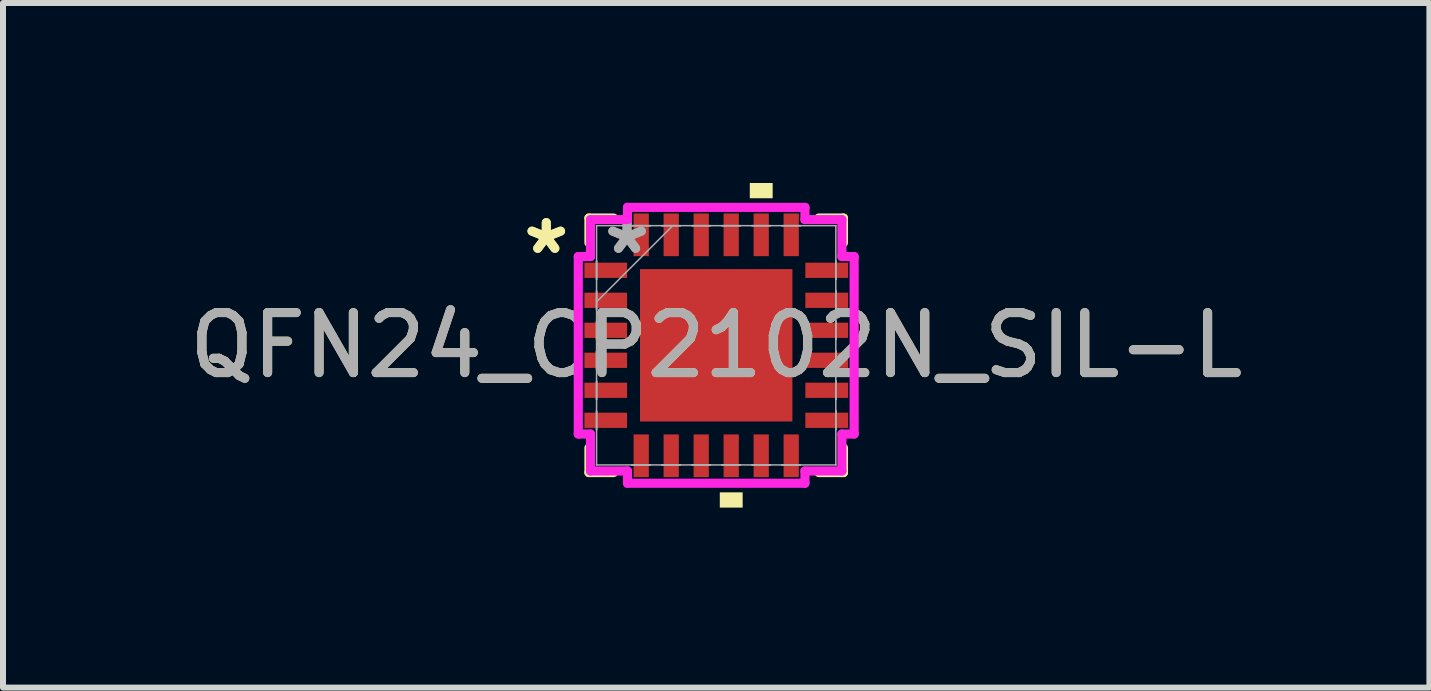
<source format=kicad_pcb>
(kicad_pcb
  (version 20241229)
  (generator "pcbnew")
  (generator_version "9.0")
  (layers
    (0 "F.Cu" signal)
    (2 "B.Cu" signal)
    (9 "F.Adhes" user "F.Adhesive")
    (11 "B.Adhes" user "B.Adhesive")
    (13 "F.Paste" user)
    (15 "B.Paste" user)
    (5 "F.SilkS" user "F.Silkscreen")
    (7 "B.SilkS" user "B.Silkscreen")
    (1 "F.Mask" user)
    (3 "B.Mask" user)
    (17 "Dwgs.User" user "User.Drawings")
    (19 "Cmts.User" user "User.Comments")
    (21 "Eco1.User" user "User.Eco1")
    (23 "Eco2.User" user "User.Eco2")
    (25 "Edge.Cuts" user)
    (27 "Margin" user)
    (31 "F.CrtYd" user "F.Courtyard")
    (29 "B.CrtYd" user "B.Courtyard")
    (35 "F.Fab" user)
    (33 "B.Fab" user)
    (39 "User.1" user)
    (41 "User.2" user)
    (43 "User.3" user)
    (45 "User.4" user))
  (footprint "QFN24_CP2102N_SIL-L"
    (layer "F.Cu")
    (at 8.887 2.705)
    (property "Reference" "QFN24_CP2102N_SIL-L" (at 0 0 0) (unlocked yes) (layer "F.SilkS") (effects (font (size 1 1) (thickness 0.15))))
    (attr smd)
    (fp_line (start -2.121 -2.121) (end -2.121 -1.71) (stroke (width 0.152) (type solid)) (layer "F.SilkS"))
    (fp_line (start -2.121 1.71) (end -2.121 2.121) (stroke (width 0.152) (type solid)) (layer "F.SilkS"))
    (fp_line (start -2.121 2.121) (end -1.71 2.121) (stroke (width 0.152) (type solid)) (layer "F.SilkS"))
    (fp_line (start -1.71 -2.121) (end -2.121 -2.121) (stroke (width 0.152) (type solid)) (layer "F.SilkS"))
    (fp_line (start 1.71 2.121) (end 2.121 2.121) (stroke (width 0.152) (type solid)) (layer "F.SilkS"))
    (fp_line (start 2.121 -2.121) (end 1.71 -2.121) (stroke (width 0.152) (type solid)) (layer "F.SilkS"))
    (fp_line (start 2.121 -1.71) (end 2.121 -2.121) (stroke (width 0.152) (type solid)) (layer "F.SilkS"))
    (fp_line (start 2.121 2.121) (end 2.121 1.71) (stroke (width 0.152) (type solid)) (layer "F.SilkS"))
    (fp_poly (pts (xy 0.06 2.451) (xy 0.06 2.705) (xy 0.441 2.705) (xy 0.441 2.451)) (stroke (width 0) (type solid)) (fill yes) (layer "F.SilkS"))
    (fp_poly (pts (xy 0.56 -2.451) (xy 0.56 -2.705) (xy 0.941 -2.705) (xy 0.941 -2.451)) (stroke (width 0) (type solid)) (fill yes) (layer "F.SilkS"))
    (fp_poly (pts (xy -1.17 -1.17) (xy -1.17 -0.1) (xy -0.1 -0.1) (xy -0.1 -1.17)) (stroke (width 0) (type solid)) (fill yes) (layer "F.Paste"))
    (fp_poly (pts (xy -1.17 0.1) (xy -1.17 1.17) (xy -0.1 1.17) (xy -0.1 0.1)) (stroke (width 0) (type solid)) (fill yes) (layer "F.Paste"))
    (fp_poly (pts (xy 0.1 -1.17) (xy 0.1 -0.1) (xy 1.17 -0.1) (xy 1.17 -1.17)) (stroke (width 0) (type solid)) (fill yes) (layer "F.Paste"))
    (fp_poly (pts (xy 0.1 0.1) (xy 0.1 1.17) (xy 1.17 1.17) (xy 1.17 0.1)) (stroke (width 0) (type solid)) (fill yes) (layer "F.Paste"))
    (fp_line (start -2.299 -1.479) (end -2.095 -1.479) (stroke (width 0.152) (type solid)) (layer "F.CrtYd"))
    (fp_line (start -2.299 1.479) (end -2.299 -1.479) (stroke (width 0.152) (type solid)) (layer "F.CrtYd"))
    (fp_line (start -2.095 -2.095) (end -1.479 -2.095) (stroke (width 0.152) (type solid)) (layer "F.CrtYd"))
    (fp_line (start -2.095 -1.479) (end -2.095 -2.095) (stroke (width 0.152) (type solid)) (layer "F.CrtYd"))
    (fp_line (start -2.095 1.479) (end -2.299 1.479) (stroke (width 0.152) (type solid)) (layer "F.CrtYd"))
    (fp_line (start -2.095 2.095) (end -2.095 1.479) (stroke (width 0.152) (type solid)) (layer "F.CrtYd"))
    (fp_line (start -1.479 -2.299) (end 1.479 -2.299) (stroke (width 0.152) (type solid)) (layer "F.CrtYd"))
    (fp_line (start -1.479 -2.095) (end -1.479 -2.299) (stroke (width 0.152) (type solid)) (layer "F.CrtYd"))
    (fp_line (start -1.479 2.095) (end -2.095 2.095) (stroke (width 0.152) (type solid)) (layer "F.CrtYd"))
    (fp_line (start -1.479 2.299) (end -1.479 2.095) (stroke (width 0.152) (type solid)) (layer "F.CrtYd"))
    (fp_line (start 1.479 -2.299) (end 1.479 -2.095) (stroke (width 0.152) (type solid)) (layer "F.CrtYd"))
    (fp_line (start 1.479 -2.095) (end 2.095 -2.095) (stroke (width 0.152) (type solid)) (layer "F.CrtYd"))
    (fp_line (start 1.479 2.095) (end 1.479 2.299) (stroke (width 0.152) (type solid)) (layer "F.CrtYd"))
    (fp_line (start 1.479 2.299) (end -1.479 2.299) (stroke (width 0.152) (type solid)) (layer "F.CrtYd"))
    (fp_line (start 2.095 -2.095) (end 2.095 -1.479) (stroke (width 0.152) (type solid)) (layer "F.CrtYd"))
    (fp_line (start 2.095 -1.479) (end 2.299 -1.479) (stroke (width 0.152) (type solid)) (layer "F.CrtYd"))
    (fp_line (start 2.095 1.479) (end 2.095 2.095) (stroke (width 0.152) (type solid)) (layer "F.CrtYd"))
    (fp_line (start 2.095 2.095) (end 1.479 2.095) (stroke (width 0.152) (type solid)) (layer "F.CrtYd"))
    (fp_line (start 2.299 -1.479) (end 2.299 1.479) (stroke (width 0.152) (type solid)) (layer "F.CrtYd"))
    (fp_line (start 2.299 1.479) (end 2.095 1.479) (stroke (width 0.152) (type solid)) (layer "F.CrtYd"))
    (fp_line (start -1.994 -1.994) (end -1.994 -1.994) (stroke (width 0.025) (type solid)) (layer "F.Fab"))
    (fp_line (start -1.994 -1.994) (end -1.994 1.994) (stroke (width 0.025) (type solid)) (layer "F.Fab"))
    (fp_line (start -1.994 -1.403) (end -1.994 -1.403) (stroke (width 0.025) (type solid)) (layer "F.Fab"))
    (fp_line (start -1.994 -1.403) (end -1.994 -1.098) (stroke (width 0.025) (type solid)) (layer "F.Fab"))
    (fp_line (start -1.994 -1.098) (end -1.994 -1.403) (stroke (width 0.025) (type solid)) (layer "F.Fab"))
    (fp_line (start -1.994 -1.098) (end -1.994 -1.098) (stroke (width 0.025) (type solid)) (layer "F.Fab"))
    (fp_line (start -1.994 -0.903) (end -1.994 -0.903) (stroke (width 0.025) (type solid)) (layer "F.Fab"))
    (fp_line (start -1.994 -0.903) (end -1.994 -0.598) (stroke (width 0.025) (type solid)) (layer "F.Fab"))
    (fp_line (start -1.994 -0.724) (end -0.724 -1.994) (stroke (width 0.025) (type solid)) (layer "F.Fab"))
    (fp_line (start -1.994 -0.598) (end -1.994 -0.903) (stroke (width 0.025) (type solid)) (layer "F.Fab"))
    (fp_line (start -1.994 -0.598) (end -1.994 -0.598) (stroke (width 0.025) (type solid)) (layer "F.Fab"))
    (fp_line (start -1.994 -0.402) (end -1.994 -0.402) (stroke (width 0.025) (type solid)) (layer "F.Fab"))
    (fp_line (start -1.994 -0.402) (end -1.994 -0.098) (stroke (width 0.025) (type solid)) (layer "F.Fab"))
    (fp_line (start -1.994 -0.098) (end -1.994 -0.402) (stroke (width 0.025) (type solid)) (layer "F.Fab"))
    (fp_line (start -1.994 -0.098) (end -1.994 -0.098) (stroke (width 0.025) (type solid)) (layer "F.Fab"))
    (fp_line (start -1.994 0.098) (end -1.994 0.098) (stroke (width 0.025) (type solid)) (layer "F.Fab"))
    (fp_line (start -1.994 0.098) (end -1.994 0.402) (stroke (width 0.025) (type solid)) (layer "F.Fab"))
    (fp_line (start -1.994 0.402) (end -1.994 0.098) (stroke (width 0.025) (type solid)) (layer "F.Fab"))
    (fp_line (start -1.994 0.402) (end -1.994 0.402) (stroke (width 0.025) (type solid)) (layer "F.Fab"))
    (fp_line (start -1.994 0.598) (end -1.994 0.598) (stroke (width 0.025) (type solid)) (layer "F.Fab"))
    (fp_line (start -1.994 0.598) (end -1.994 0.903) (stroke (width 0.025) (type solid)) (layer "F.Fab"))
    (fp_line (start -1.994 0.903) (end -1.994 0.598) (stroke (width 0.025) (type solid)) (layer "F.Fab"))
    (fp_line (start -1.994 0.903) (end -1.994 0.903) (stroke (width 0.025) (type solid)) (layer "F.Fab"))
    (fp_line (start -1.994 1.098) (end -1.994 1.098) (stroke (width 0.025) (type solid)) (layer "F.Fab"))
    (fp_line (start -1.994 1.098) (end -1.994 1.403) (stroke (width 0.025) (type solid)) (layer "F.Fab"))
    (fp_line (start -1.994 1.403) (end -1.994 1.098) (stroke (width 0.025) (type solid)) (layer "F.Fab"))
    (fp_line (start -1.994 1.403) (end -1.994 1.403) (stroke (width 0.025) (type solid)) (layer "F.Fab"))
    (fp_line (start -1.994 1.994) (end -1.994 1.994) (stroke (width 0.025) (type solid)) (layer "F.Fab"))
    (fp_line (start -1.994 1.994) (end 1.994 1.994) (stroke (width 0.025) (type solid)) (layer "F.Fab"))
    (fp_line (start -1.403 -1.994) (end -1.403 -1.994) (stroke (width 0.025) (type solid)) (layer "F.Fab"))
    (fp_line (start -1.403 -1.994) (end -1.098 -1.994) (stroke (width 0.025) (type solid)) (layer "F.Fab"))
    (fp_line (start -1.403 1.994) (end -1.403 1.994) (stroke (width 0.025) (type solid)) (layer "F.Fab"))
    (fp_line (start -1.403 1.994) (end -1.098 1.994) (stroke (width 0.025) (type solid)) (layer "F.Fab"))
    (fp_line (start -1.098 -1.994) (end -1.403 -1.994) (stroke (width 0.025) (type solid)) (layer "F.Fab"))
    (fp_line (start -1.098 -1.994) (end -1.098 -1.994) (stroke (width 0.025) (type solid)) (layer "F.Fab"))
    (fp_line (start -1.098 1.994) (end -1.403 1.994) (stroke (width 0.025) (type solid)) (layer "F.Fab"))
    (fp_line (start -1.098 1.994) (end -1.098 1.994) (stroke (width 0.025) (type solid)) (layer "F.Fab"))
    (fp_line (start -0.903 -1.994) (end -0.903 -1.994) (stroke (width 0.025) (type solid)) (layer "F.Fab"))
    (fp_line (start -0.903 -1.994) (end -0.598 -1.994) (stroke (width 0.025) (type solid)) (layer "F.Fab"))
    (fp_line (start -0.903 1.994) (end -0.903 1.994) (stroke (width 0.025) (type solid)) (layer "F.Fab"))
    (fp_line (start -0.903 1.994) (end -0.598 1.994) (stroke (width 0.025) (type solid)) (layer "F.Fab"))
    (fp_line (start -0.598 -1.994) (end -0.903 -1.994) (stroke (width 0.025) (type solid)) (layer "F.Fab"))
    (fp_line (start -0.598 -1.994) (end -0.598 -1.994) (stroke (width 0.025) (type solid)) (layer "F.Fab"))
    (fp_line (start -0.598 1.994) (end -0.903 1.994) (stroke (width 0.025) (type solid)) (layer "F.Fab"))
    (fp_line (start -0.598 1.994) (end -0.598 1.994) (stroke (width 0.025) (type solid)) (layer "F.Fab"))
    (fp_line (start -0.402 -1.994) (end -0.402 -1.994) (stroke (width 0.025) (type solid)) (layer "F.Fab"))
    (fp_line (start -0.402 -1.994) (end -0.098 -1.994) (stroke (width 0.025) (type solid)) (layer "F.Fab"))
    (fp_line (start -0.402 1.994) (end -0.402 1.994) (stroke (width 0.025) (type solid)) (layer "F.Fab"))
    (fp_line (start -0.402 1.994) (end -0.098 1.994) (stroke (width 0.025) (type solid)) (layer "F.Fab"))
    (fp_line (start -0.098 -1.994) (end -0.402 -1.994) (stroke (width 0.025) (type solid)) (layer "F.Fab"))
    (fp_line (start -0.098 -1.994) (end -0.098 -1.994) (stroke (width 0.025) (type solid)) (layer "F.Fab"))
    (fp_line (start -0.098 1.994) (end -0.402 1.994) (stroke (width 0.025) (type solid)) (layer "F.Fab"))
    (fp_line (start -0.098 1.994) (end -0.098 1.994) (stroke (width 0.025) (type solid)) (layer "F.Fab"))
    (fp_line (start 0.098 -1.994) (end 0.098 -1.994) (stroke (width 0.025) (type solid)) (layer "F.Fab"))
    (fp_line (start 0.098 -1.994) (end 0.402 -1.994) (stroke (width 0.025) (type solid)) (layer "F.Fab"))
    (fp_line (start 0.098 1.994) (end 0.098 1.994) (stroke (width 0.025) (type solid)) (layer "F.Fab"))
    (fp_line (start 0.098 1.994) (end 0.402 1.994) (stroke (width 0.025) (type solid)) (layer "F.Fab"))
    (fp_line (start 0.402 -1.994) (end 0.098 -1.994) (stroke (width 0.025) (type solid)) (layer "F.Fab"))
    (fp_line (start 0.402 -1.994) (end 0.402 -1.994) (stroke (width 0.025) (type solid)) (layer "F.Fab"))
    (fp_line (start 0.402 1.994) (end 0.098 1.994) (stroke (width 0.025) (type solid)) (layer "F.Fab"))
    (fp_line (start 0.402 1.994) (end 0.402 1.994) (stroke (width 0.025) (type solid)) (layer "F.Fab"))
    (fp_line (start 0.598 -1.994) (end 0.598 -1.994) (stroke (width 0.025) (type solid)) (layer "F.Fab"))
    (fp_line (start 0.598 -1.994) (end 0.903 -1.994) (stroke (width 0.025) (type solid)) (layer "F.Fab"))
    (fp_line (start 0.598 1.994) (end 0.598 1.994) (stroke (width 0.025) (type solid)) (layer "F.Fab"))
    (fp_line (start 0.598 1.994) (end 0.903 1.994) (stroke (width 0.025) (type solid)) (layer "F.Fab"))
    (fp_line (start 0.903 -1.994) (end 0.598 -1.994) (stroke (width 0.025) (type solid)) (layer "F.Fab"))
    (fp_line (start 0.903 -1.994) (end 0.903 -1.994) (stroke (width 0.025) (type solid)) (layer "F.Fab"))
    (fp_line (start 0.903 1.994) (end 0.598 1.994) (stroke (width 0.025) (type solid)) (layer "F.Fab"))
    (fp_line (start 0.903 1.994) (end 0.903 1.994) (stroke (width 0.025) (type solid)) (layer "F.Fab"))
    (fp_line (start 1.098 -1.994) (end 1.098 -1.994) (stroke (width 0.025) (type solid)) (layer "F.Fab"))
    (fp_line (start 1.098 -1.994) (end 1.403 -1.994) (stroke (width 0.025) (type solid)) (layer "F.Fab"))
    (fp_line (start 1.098 1.994) (end 1.098 1.994) (stroke (width 0.025) (type solid)) (layer "F.Fab"))
    (fp_line (start 1.098 1.994) (end 1.403 1.994) (stroke (width 0.025) (type solid)) (layer "F.Fab"))
    (fp_line (start 1.403 -1.994) (end 1.098 -1.994) (stroke (width 0.025) (type solid)) (layer "F.Fab"))
    (fp_line (start 1.403 -1.994) (end 1.403 -1.994) (stroke (width 0.025) (type solid)) (layer "F.Fab"))
    (fp_line (start 1.403 1.994) (end 1.098 1.994) (stroke (width 0.025) (type solid)) (layer "F.Fab"))
    (fp_line (start 1.403 1.994) (end 1.403 1.994) (stroke (width 0.025) (type solid)) (layer "F.Fab"))
    (fp_line (start 1.994 -1.994) (end -1.994 -1.994) (stroke (width 0.025) (type solid)) (layer "F.Fab"))
    (fp_line (start 1.994 -1.994) (end 1.994 -1.994) (stroke (width 0.025) (type solid)) (layer "F.Fab"))
    (fp_line (start 1.994 -1.403) (end 1.994 -1.403) (stroke (width 0.025) (type solid)) (layer "F.Fab"))
    (fp_line (start 1.994 -1.403) (end 1.994 -1.098) (stroke (width 0.025) (type solid)) (layer "F.Fab"))
    (fp_line (start 1.994 -1.098) (end 1.994 -1.403) (stroke (width 0.025) (type solid)) (layer "F.Fab"))
    (fp_line (start 1.994 -1.098) (end 1.994 -1.098) (stroke (width 0.025) (type solid)) (layer "F.Fab"))
    (fp_line (start 1.994 -0.903) (end 1.994 -0.903) (stroke (width 0.025) (type solid)) (layer "F.Fab"))
    (fp_line (start 1.994 -0.903) (end 1.994 -0.598) (stroke (width 0.025) (type solid)) (layer "F.Fab"))
    (fp_line (start 1.994 -0.598) (end 1.994 -0.903) (stroke (width 0.025) (type solid)) (layer "F.Fab"))
    (fp_line (start 1.994 -0.598) (end 1.994 -0.598) (stroke (width 0.025) (type solid)) (layer "F.Fab"))
    (fp_line (start 1.994 -0.402) (end 1.994 -0.402) (stroke (width 0.025) (type solid)) (layer "F.Fab"))
    (fp_line (start 1.994 -0.402) (end 1.994 -0.098) (stroke (width 0.025) (type solid)) (layer "F.Fab"))
    (fp_line (start 1.994 -0.098) (end 1.994 -0.402) (stroke (width 0.025) (type solid)) (layer "F.Fab"))
    (fp_line (start 1.994 -0.098) (end 1.994 -0.098) (stroke (width 0.025) (type solid)) (layer "F.Fab"))
    (fp_line (start 1.994 0.098) (end 1.994 0.098) (stroke (width 0.025) (type solid)) (layer "F.Fab"))
    (fp_line (start 1.994 0.098) (end 1.994 0.402) (stroke (width 0.025) (type solid)) (layer "F.Fab"))
    (fp_line (start 1.994 0.402) (end 1.994 0.098) (stroke (width 0.025) (type solid)) (layer "F.Fab"))
    (fp_line (start 1.994 0.402) (end 1.994 0.402) (stroke (width 0.025) (type solid)) (layer "F.Fab"))
    (fp_line (start 1.994 0.598) (end 1.994 0.598) (stroke (width 0.025) (type solid)) (layer "F.Fab"))
    (fp_line (start 1.994 0.598) (end 1.994 0.903) (stroke (width 0.025) (type solid)) (layer "F.Fab"))
    (fp_line (start 1.994 0.903) (end 1.994 0.598) (stroke (width 0.025) (type solid)) (layer "F.Fab"))
    (fp_line (start 1.994 0.903) (end 1.994 0.903) (stroke (width 0.025) (type solid)) (layer "F.Fab"))
    (fp_line (start 1.994 1.098) (end 1.994 1.098) (stroke (width 0.025) (type solid)) (layer "F.Fab"))
    (fp_line (start 1.994 1.098) (end 1.994 1.403) (stroke (width 0.025) (type solid)) (layer "F.Fab"))
    (fp_line (start 1.994 1.403) (end 1.994 1.098) (stroke (width 0.025) (type solid)) (layer "F.Fab"))
    (fp_line (start 1.994 1.403) (end 1.994 1.403) (stroke (width 0.025) (type solid)) (layer "F.Fab"))
    (fp_line (start 1.994 1.994) (end 1.994 -1.994) (stroke (width 0.025) (type solid)) (layer "F.Fab"))
    (fp_line (start 1.994 1.994) (end 1.994 1.994) (stroke (width 0.025) (type solid)) (layer "F.Fab"))
    (fp_text user "*" (at -2.832 -1.5 0) (layer "F.SilkS") (effects (font (size 1 1) (thickness 0.15))))
    (fp_text user "*" (at -2.832 -1.5 0) (unlocked yes) (layer "F.SilkS") (effects (font (size 1 1) (thickness 0.15))))
    (fp_text user "*" (at -1.486 -1.5 0) (unlocked yes) (layer "F.Fab") (effects (font (size 1 1) (thickness 0.15))))
    (fp_text user "*" (at -1.486 -1.5 0) (layer "F.Fab") (effects (font (size 1 1) (thickness 0.15))))
    (fp_text user "${REFERENCE}" (at 0 0 0) (unlocked yes) (layer "F.Fab") (effects (font (size 1 1) (thickness 0.15))))
    (pad "1" smd rect (at -1.841 -1.25 90) (size 0.254 0.711) (layers "F.Cu" "F.Mask" "F.Paste"))
    (pad "2" smd rect (at -1.841 -0.75 90) (size 0.254 0.711) (layers "F.Cu" "F.Mask" "F.Paste"))
    (pad "3" smd rect (at -1.841 -0.25 90) (size 0.254 0.711) (layers "F.Cu" "F.Mask" "F.Paste"))
    (pad "4" smd rect (at -1.841 0.25 90) (size 0.254 0.711) (layers "F.Cu" "F.Mask" "F.Paste"))
    (pad "5" smd rect (at -1.841 0.75 90) (size 0.254 0.711) (layers "F.Cu" "F.Mask" "F.Paste"))
    (pad "6" smd rect (at -1.841 1.25 90) (size 0.254 0.711) (layers "F.Cu" "F.Mask" "F.Paste"))
    (pad "7" smd rect (at -1.25 1.841) (size 0.254 0.711) (layers "F.Cu" "F.Mask" "F.Paste"))
    (pad "8" smd rect (at -0.75 1.841) (size 0.254 0.711) (layers "F.Cu" "F.Mask" "F.Paste"))
    (pad "9" smd rect (at -0.25 1.841) (size 0.254 0.711) (layers "F.Cu" "F.Mask" "F.Paste"))
    (pad "10" smd rect (at 0.25 1.841) (size 0.254 0.711) (layers "F.Cu" "F.Mask" "F.Paste"))
    (pad "11" smd rect (at 0.75 1.841) (size 0.254 0.711) (layers "F.Cu" "F.Mask" "F.Paste"))
    (pad "12" smd rect (at 1.25 1.841) (size 0.254 0.711) (layers "F.Cu" "F.Mask" "F.Paste"))
    (pad "13" smd rect (at 1.841 1.25 90) (size 0.254 0.711) (layers "F.Cu" "F.Mask" "F.Paste"))
    (pad "14" smd rect (at 1.841 0.75 90) (size 0.254 0.711) (layers "F.Cu" "F.Mask" "F.Paste"))
    (pad "15" smd rect (at 1.841 0.25 90) (size 0.254 0.711) (layers "F.Cu" "F.Mask" "F.Paste"))
    (pad "16" smd rect (at 1.841 -0.25 90) (size 0.254 0.711) (layers "F.Cu" "F.Mask" "F.Paste"))
    (pad "17" smd rect (at 1.841 -0.75 90) (size 0.254 0.711) (layers "F.Cu" "F.Mask" "F.Paste"))
    (pad "18" smd rect (at 1.841 -1.25 90) (size 0.254 0.711) (layers "F.Cu" "F.Mask" "F.Paste"))
    (pad "19" smd rect (at 1.25 -1.841) (size 0.254 0.711) (layers "F.Cu" "F.Mask" "F.Paste"))
    (pad "20" smd rect (at 0.75 -1.841) (size 0.254 0.711) (layers "F.Cu" "F.Mask" "F.Paste"))
    (pad "21" smd rect (at 0.25 -1.841) (size 0.254 0.711) (layers "F.Cu" "F.Mask" "F.Paste"))
    (pad "22" smd rect (at -0.25 -1.841) (size 0.254 0.711) (layers "F.Cu" "F.Mask" "F.Paste"))
    (pad "23" smd rect (at -0.75 -1.841) (size 0.254 0.711) (layers "F.Cu" "F.Mask" "F.Paste"))
    (pad "24" smd rect (at -1.25 -1.841) (size 0.254 0.711) (layers "F.Cu" "F.Mask" "F.Paste"))
    (pad "25" smd rect (at 0 0) (size 2.54 2.54) (layers "F.Cu" "F.Mask" "F.Paste")))
  (gr_rect
    (start -3 -3)
    (end 20.774 8.41)
    (stroke (width 0.1) (type default))
    (fill no)
    (layer "Edge.Cuts")))
</source>
